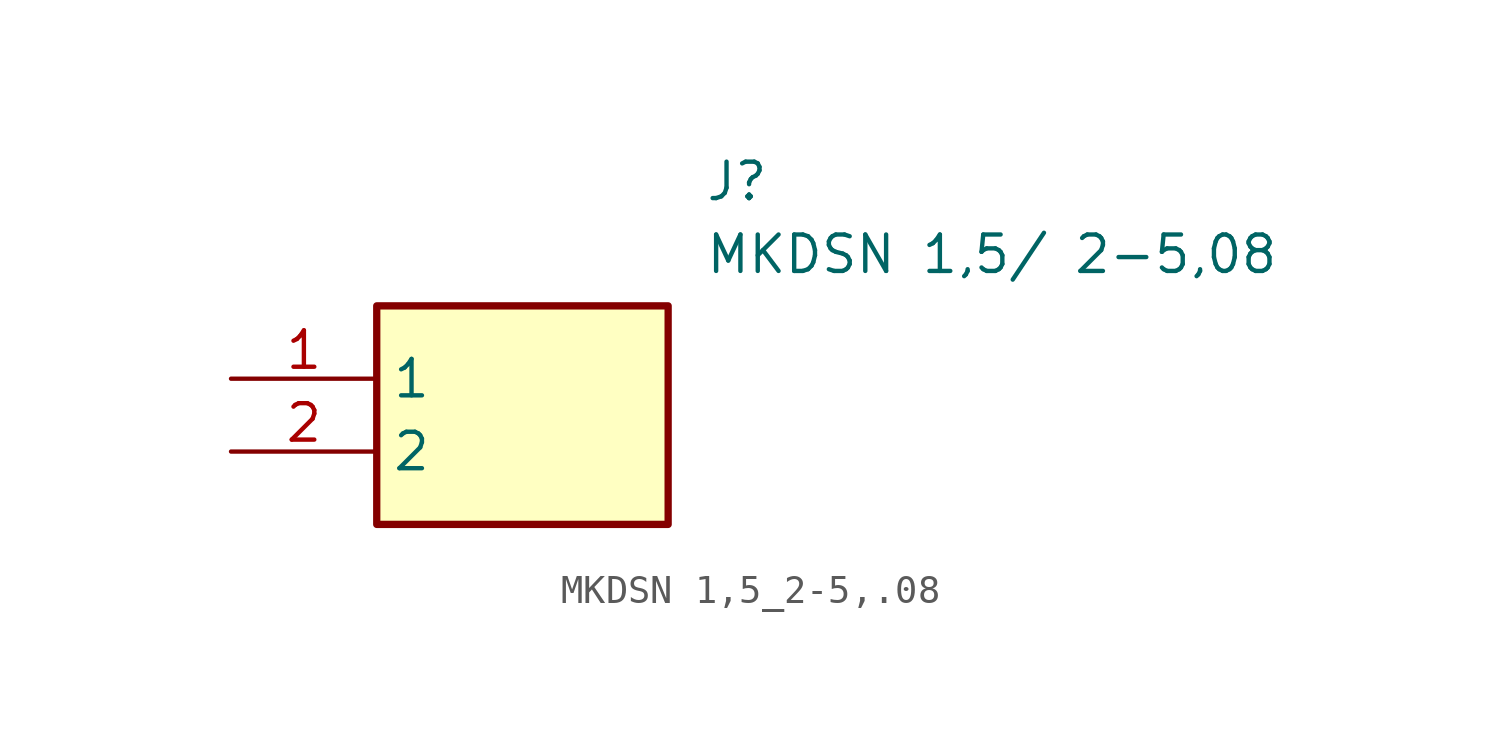
<source format=kicad_sym>
(kicad_symbol_lib
  (version 20241209)
  (generator "kicad_symbol_editor")
  (generator_version "9.0")
  (symbol "MKDSN 1,5_2-5,.08"
    (property "Reference" "J"
      (at 16.51 7.62 0)
      (effects (font (size 1.27 1.27)) (justify left top)))
    (property "Value" "MKDSN 1,5/ 2-5,08"
      (at 16.51 5.08 0)
      (effects (font (size 1.27 1.27)) (justify left top)))
    (symbol "MKDSN 1,5_2-5,.08_1_1"
      (rectangle (start 5.08 2.54) (end 15.24 -5.08) (stroke (width 0.254) (type default)) (fill (type background)))
      (pin passive line (at 0 0 0) (length 5.08) (name "1" (effects (font (size 1.27 1.27)))) (number "1" (effects (font (size 1.27 1.27)))))
      (pin passive line (at 0 -2.54 0) (length 5.08) (name "2" (effects (font (size 1.27 1.27)))) (number "2" (effects (font (size 1.27 1.27))))))))
</source>
